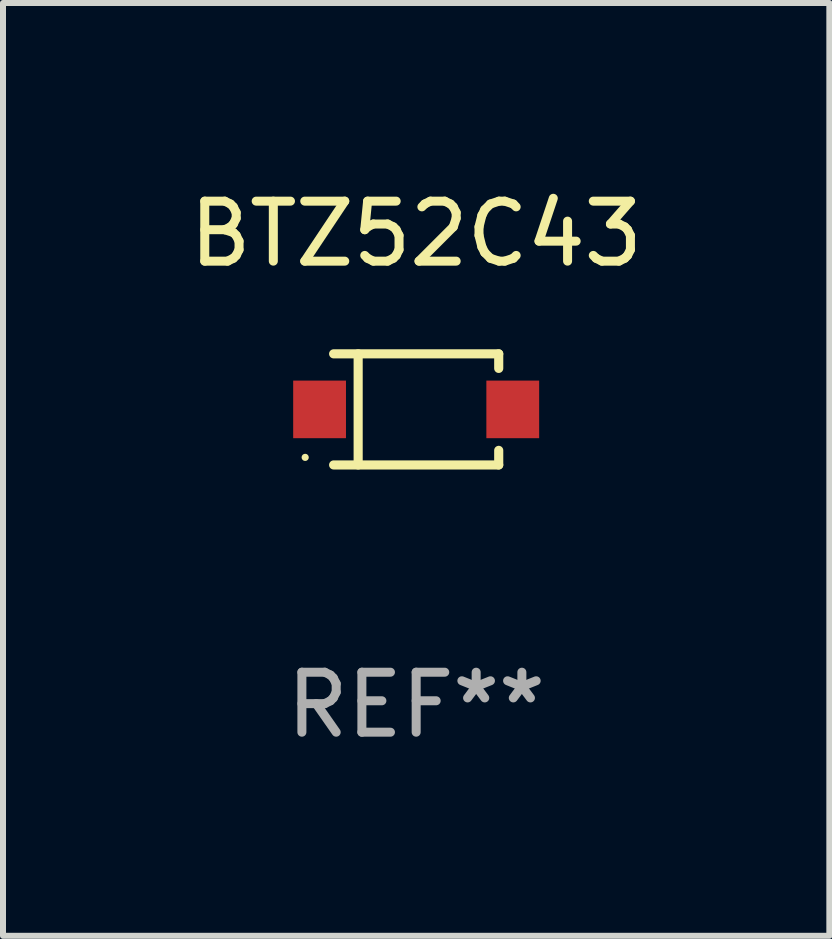
<source format=kicad_pcb>
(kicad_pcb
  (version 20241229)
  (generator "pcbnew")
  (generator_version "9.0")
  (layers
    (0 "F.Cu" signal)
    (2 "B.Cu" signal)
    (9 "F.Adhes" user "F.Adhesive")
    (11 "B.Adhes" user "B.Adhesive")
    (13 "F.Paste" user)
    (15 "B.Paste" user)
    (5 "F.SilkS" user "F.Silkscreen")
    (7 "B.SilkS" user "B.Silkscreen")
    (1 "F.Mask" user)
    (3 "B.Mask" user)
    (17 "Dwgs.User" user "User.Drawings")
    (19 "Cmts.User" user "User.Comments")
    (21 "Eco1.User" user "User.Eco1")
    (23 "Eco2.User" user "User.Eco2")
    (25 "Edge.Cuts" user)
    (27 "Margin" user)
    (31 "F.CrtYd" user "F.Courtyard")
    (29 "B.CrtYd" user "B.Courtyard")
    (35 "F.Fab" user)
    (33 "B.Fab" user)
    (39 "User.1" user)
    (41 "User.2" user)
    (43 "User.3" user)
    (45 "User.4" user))
  (footprint "BTZ52C43"
    (layer "F.Cu")
    (at 3.887 3.774)
    (property "Reference" "BTZ52C43" (at 0 -2.926 0) (layer "F.SilkS") (effects (font (size 1 1) (thickness 0.15))))
    (attr through_hole)
    (fp_line (start -1.376 -0.926) (end 1.376 -0.926) (stroke (width 0.152) (type solid)) (layer "F.SilkS"))
    (fp_line (start -1.376 0.926) (end 1.376 0.926) (stroke (width 0.152) (type solid)) (layer "F.SilkS"))
    (fp_line (start -0.967 -0.926) (end -0.967 0.926) (stroke (width 0.152) (type solid)) (layer "F.SilkS"))
    (fp_line (start 1.376 -0.926) (end 1.376 -0.683) (stroke (width 0.152) (type solid)) (layer "F.SilkS"))
    (fp_line (start 1.376 0.926) (end 1.376 0.683) (stroke (width 0.152) (type solid)) (layer "F.SilkS"))
    (fp_circle (center -1.85 0.8) (end -1.82 0.8) (stroke (width 0.06) (type solid)) (fill no) (layer "F.SilkS"))
    (fp_text user "REF**" (at 0 4.926 0) (layer "F.Fab") (effects (font (size 1 1) (thickness 0.15))))
    (pad "1" smd rect (at -1.61 0) (size 0.88 0.96) (layers "F.Cu" "F.Mask" "F.Paste"))
    (pad "2" smd rect (at 1.61 0) (size 0.88 0.96) (layers "F.Cu" "F.Mask" "F.Paste")))
  (gr_rect
    (start -3 -3)
    (end 10.774 12.549)
    (stroke (width 0.1) (type default))
    (fill no)
    (layer "Edge.Cuts")))
</source>
